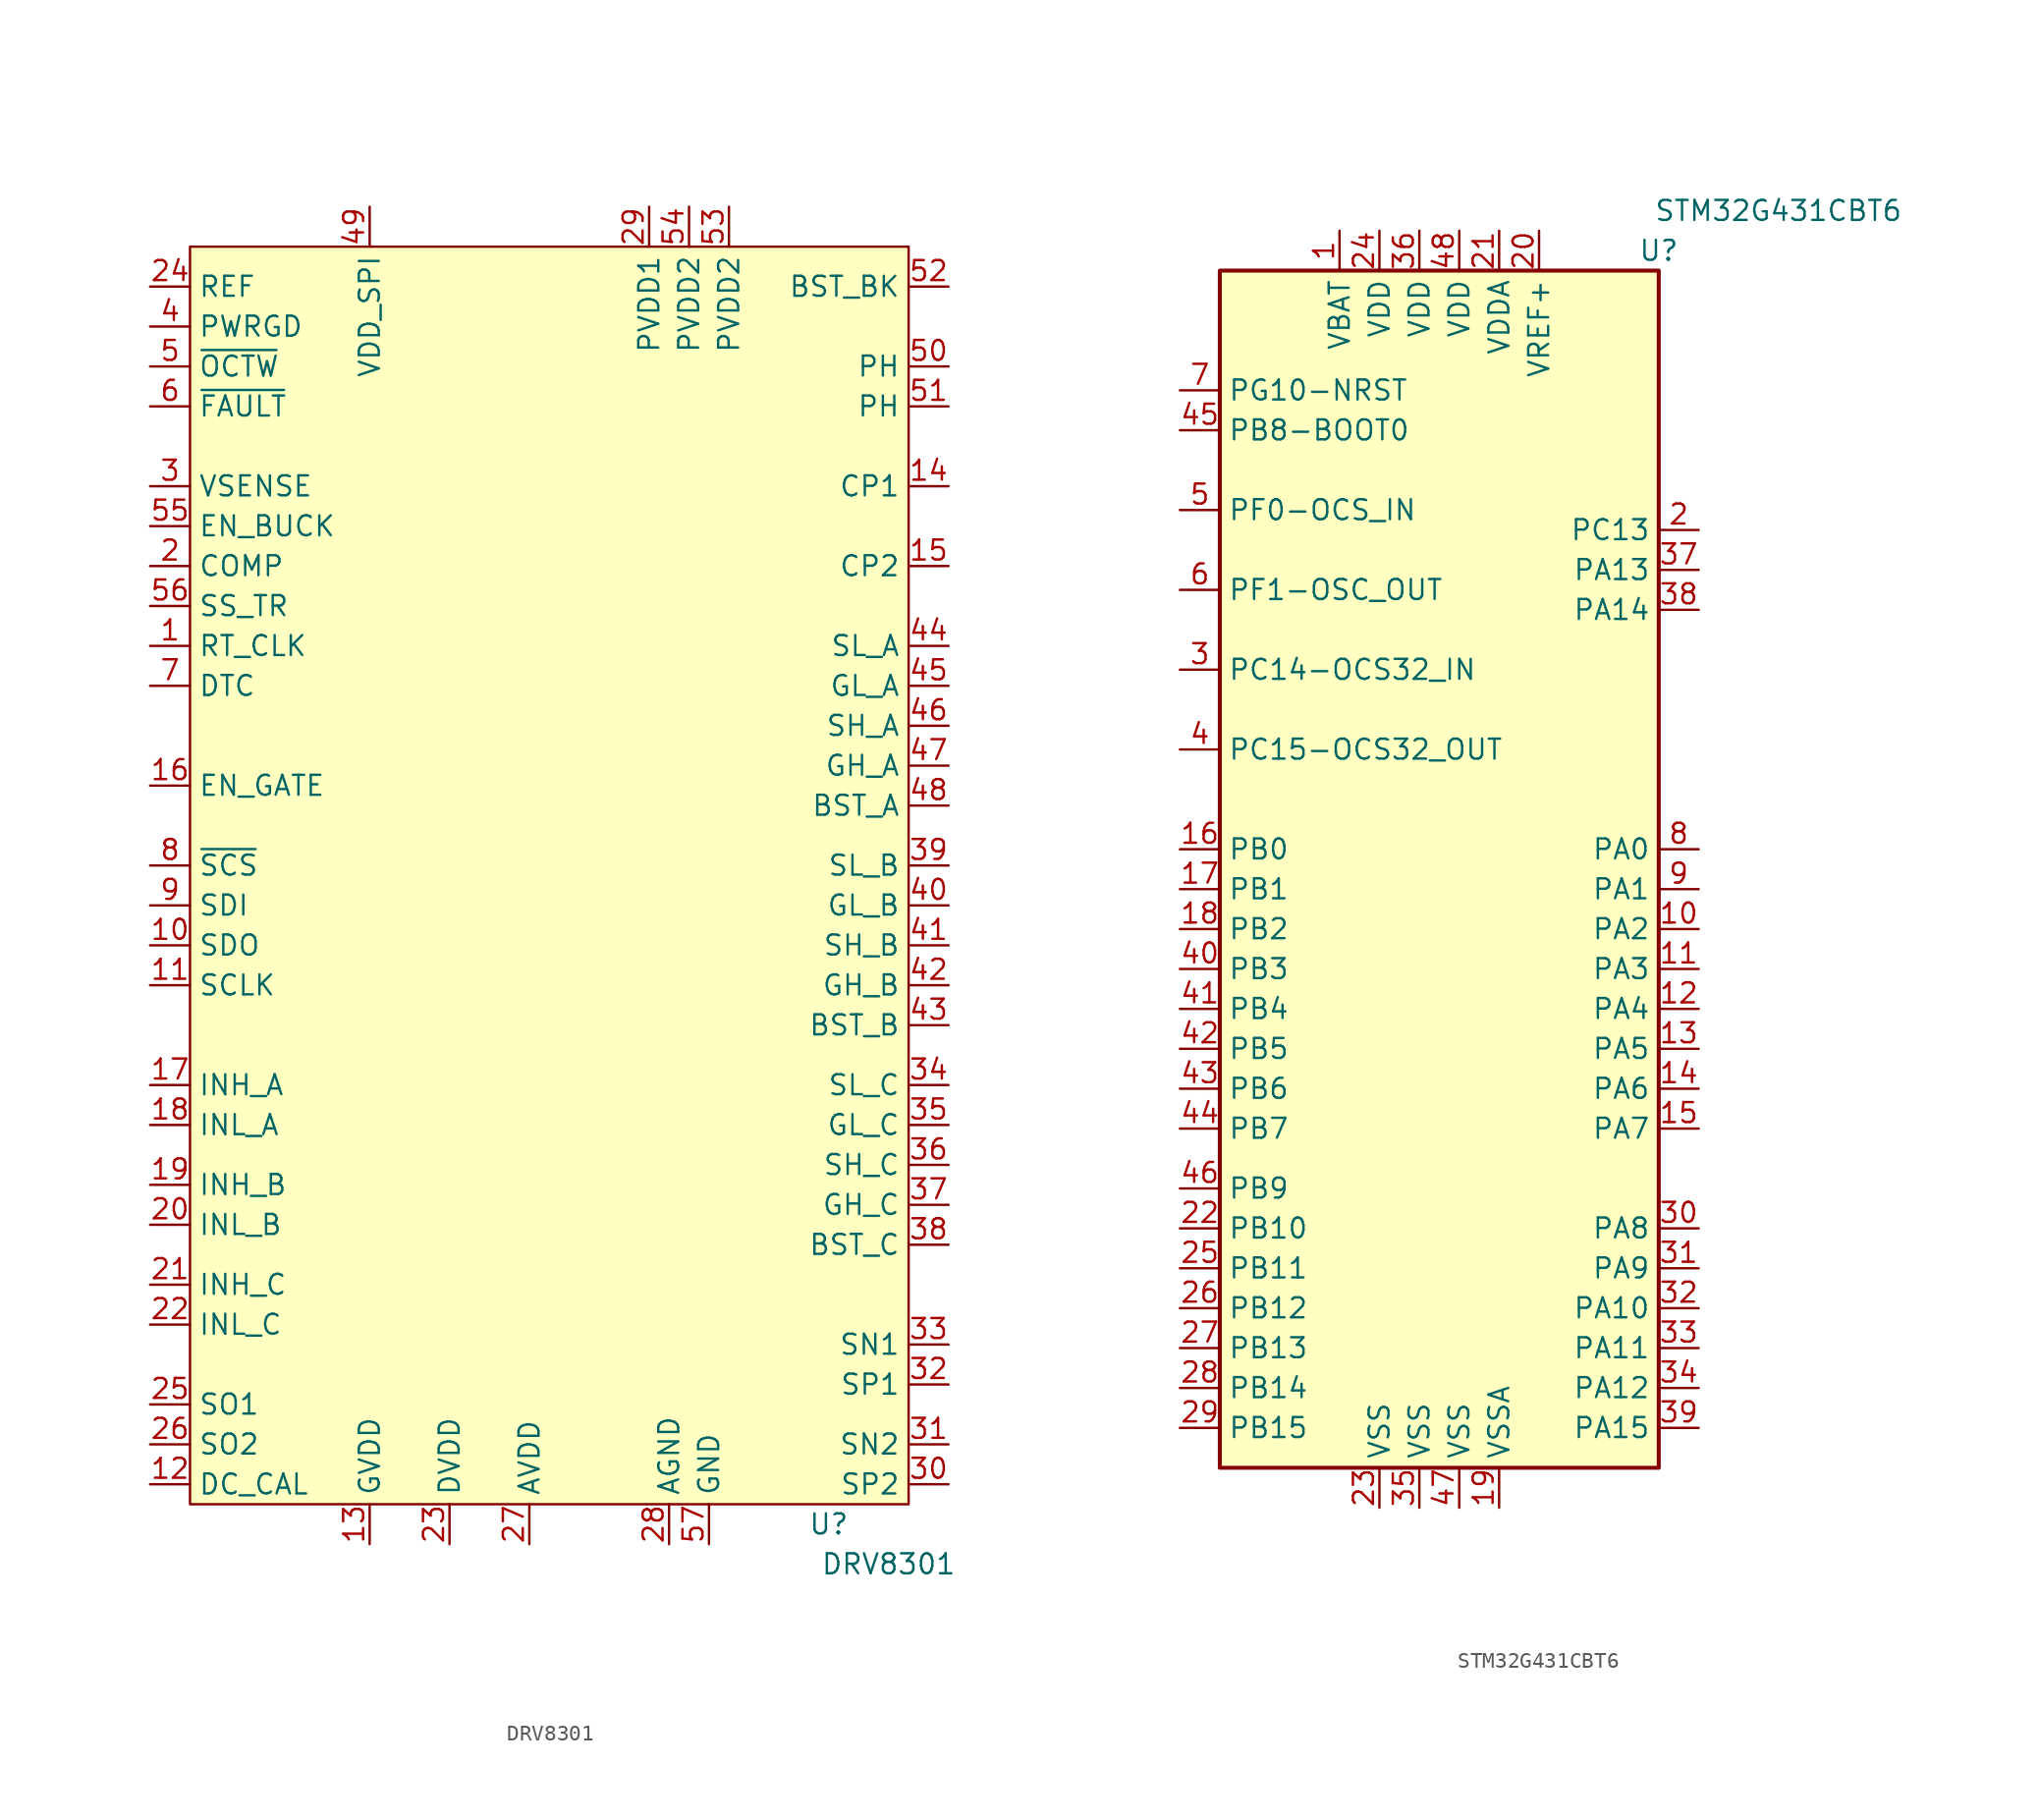
<source format=kicad_sym>
(kicad_symbol_lib
  (version 20220914)
  (generator kicad_symbol_editor)
  (symbol "DRV8301"
    (property "Reference" "U"
      (at 16.51 -39.37 0)
      (effects (font (size 1.27 1.27))))
    (property "Value" "DRV8301"
      (at 20.32 -41.91 0)
      (effects (font (size 1.27 1.27))))
    (symbol "DRV8301_0_0"
      (pin input line (at -26.67 16.51 0) (length 2.54) (name "RT_CLK" (effects (font (size 1.27 1.27)))) (number "1" (effects (font (size 1.27 1.27)))))
      (pin output line (at -26.67 -2.54 0) (length 2.54) (name "SDO" (effects (font (size 1.27 1.27)))) (number "10" (effects (font (size 1.27 1.27)))))
      (pin input line (at -26.67 -5.08 0) (length 2.54) (name "SCLK" (effects (font (size 1.27 1.27)))) (number "11" (effects (font (size 1.27 1.27)))))
      (pin input line (at -26.67 -36.83 0) (length 2.54) (name "DC_CAL" (effects (font (size 1.27 1.27)))) (number "12" (effects (font (size 1.27 1.27)))))
      (pin power_in line (at -12.7 -40.64 90) (length 2.54) (name "GVDD" (effects (font (size 1.27 1.27)))) (number "13" (effects (font (size 1.27 1.27)))))
      (pin power_in line (at 24.13 26.67 180) (length 2.54) (name "CP1" (effects (font (size 1.27 1.27)))) (number "14" (effects (font (size 1.27 1.27)))))
      (pin power_in line (at 24.13 21.59 180) (length 2.54) (name "CP2" (effects (font (size 1.27 1.27)))) (number "15" (effects (font (size 1.27 1.27)))))
      (pin input line (at -26.67 7.62 0) (length 2.54) (name "EN_GATE" (effects (font (size 1.27 1.27)))) (number "16" (effects (font (size 1.27 1.27)))))
      (pin input line (at -26.67 -11.43 0) (length 2.54) (name "INH_A" (effects (font (size 1.27 1.27)))) (number "17" (effects (font (size 1.27 1.27)))))
      (pin input line (at -26.67 -13.97 0) (length 2.54) (name "INL_A" (effects (font (size 1.27 1.27)))) (number "18" (effects (font (size 1.27 1.27)))))
      (pin input line (at -26.67 -17.78 0) (length 2.54) (name "INH_B" (effects (font (size 1.27 1.27)))) (number "19" (effects (font (size 1.27 1.27)))))
      (pin output line (at -26.67 21.59 0) (length 2.54) (name "COMP" (effects (font (size 1.27 1.27)))) (number "2" (effects (font (size 1.27 1.27)))))
      (pin input line (at -26.67 -20.32 0) (length 2.54) (name "INL_B" (effects (font (size 1.27 1.27)))) (number "20" (effects (font (size 1.27 1.27)))))
      (pin input line (at -26.67 -24.13 0) (length 2.54) (name "INH_C" (effects (font (size 1.27 1.27)))) (number "21" (effects (font (size 1.27 1.27)))))
      (pin input line (at -26.67 -26.67 0) (length 2.54) (name "INL_C" (effects (font (size 1.27 1.27)))) (number "22" (effects (font (size 1.27 1.27)))))
      (pin power_in line (at -7.62 -40.64 90) (length 2.54) (name "DVDD" (effects (font (size 1.27 1.27)))) (number "23" (effects (font (size 1.27 1.27)))))
      (pin input line (at -26.67 39.37 0) (length 2.54) (name "REF" (effects (font (size 1.27 1.27)))) (number "24" (effects (font (size 1.27 1.27)))))
      (pin output line (at -26.67 -31.75 0) (length 2.54) (name "SO1" (effects (font (size 1.27 1.27)))) (number "25" (effects (font (size 1.27 1.27)))))
      (pin output line (at -26.67 -34.29 0) (length 2.54) (name "SO2" (effects (font (size 1.27 1.27)))) (number "26" (effects (font (size 1.27 1.27)))))
      (pin power_in line (at -2.54 -40.64 90) (length 2.54) (name "AVDD" (effects (font (size 1.27 1.27)))) (number "27" (effects (font (size 1.27 1.27)))))
      (pin power_in line (at 6.35 -40.64 90) (length 2.54) (name "AGND" (effects (font (size 1.27 1.27)))) (number "28" (effects (font (size 1.27 1.27)))))
      (pin power_in line (at 5.08 44.45 270) (length 2.54) (name "PVDD1" (effects (font (size 1.27 1.27)))) (number "29" (effects (font (size 1.27 1.27)))))
      (pin input line (at -26.67 26.67 0) (length 2.54) (name "VSENSE" (effects (font (size 1.27 1.27)))) (number "3" (effects (font (size 1.27 1.27)))))
      (pin input line (at 24.13 -36.83 180) (length 2.54) (name "SP2" (effects (font (size 1.27 1.27)))) (number "30" (effects (font (size 1.27 1.27)))))
      (pin input line (at 24.13 -34.29 180) (length 2.54) (name "SN2" (effects (font (size 1.27 1.27)))) (number "31" (effects (font (size 1.27 1.27)))))
      (pin input line (at 24.13 -30.48 180) (length 2.54) (name "SP1" (effects (font (size 1.27 1.27)))) (number "32" (effects (font (size 1.27 1.27)))))
      (pin input line (at 24.13 -27.94 180) (length 2.54) (name "SN1" (effects (font (size 1.27 1.27)))) (number "33" (effects (font (size 1.27 1.27)))))
      (pin input line (at 24.13 -11.43 180) (length 2.54) (name "SL_C" (effects (font (size 1.27 1.27)))) (number "34" (effects (font (size 1.27 1.27)))))
      (pin output line (at 24.13 -13.97 180) (length 2.54) (name "GL_C" (effects (font (size 1.27 1.27)))) (number "35" (effects (font (size 1.27 1.27)))))
      (pin input line (at 24.13 -16.51 180) (length 2.54) (name "SH_C" (effects (font (size 1.27 1.27)))) (number "36" (effects (font (size 1.27 1.27)))))
      (pin output line (at 24.13 -19.05 180) (length 2.54) (name "GH_C" (effects (font (size 1.27 1.27)))) (number "37" (effects (font (size 1.27 1.27)))))
      (pin power_in line (at 24.13 -21.59 180) (length 2.54) (name "BST_C" (effects (font (size 1.27 1.27)))) (number "38" (effects (font (size 1.27 1.27)))))
      (pin input line (at 24.13 2.54 180) (length 2.54) (name "SL_B" (effects (font (size 1.27 1.27)))) (number "39" (effects (font (size 1.27 1.27)))))
      (pin output line (at -26.67 36.83 0) (length 2.54) (name "PWRGD" (effects (font (size 1.27 1.27)))) (number "4" (effects (font (size 1.27 1.27)))))
      (pin output line (at 24.13 0 180) (length 2.54) (name "GL_B" (effects (font (size 1.27 1.27)))) (number "40" (effects (font (size 1.27 1.27)))))
      (pin input line (at 24.13 -2.54 180) (length 2.54) (name "SH_B" (effects (font (size 1.27 1.27)))) (number "41" (effects (font (size 1.27 1.27)))))
      (pin output line (at 24.13 -5.08 180) (length 2.54) (name "GH_B" (effects (font (size 1.27 1.27)))) (number "42" (effects (font (size 1.27 1.27)))))
      (pin power_in line (at 24.13 -7.62 180) (length 2.54) (name "BST_B" (effects (font (size 1.27 1.27)))) (number "43" (effects (font (size 1.27 1.27)))))
      (pin input line (at 24.13 16.51 180) (length 2.54) (name "SL_A" (effects (font (size 1.27 1.27)))) (number "44" (effects (font (size 1.27 1.27)))))
      (pin output line (at 24.13 13.97 180) (length 2.54) (name "GL_A" (effects (font (size 1.27 1.27)))) (number "45" (effects (font (size 1.27 1.27)))))
      (pin input line (at 24.13 11.43 180) (length 2.54) (name "SH_A" (effects (font (size 1.27 1.27)))) (number "46" (effects (font (size 1.27 1.27)))))
      (pin output line (at 24.13 8.89 180) (length 2.54) (name "GH_A" (effects (font (size 1.27 1.27)))) (number "47" (effects (font (size 1.27 1.27)))))
      (pin power_in line (at 24.13 6.35 180) (length 2.54) (name "BST_A" (effects (font (size 1.27 1.27)))) (number "48" (effects (font (size 1.27 1.27)))))
      (pin power_in line (at -12.7 44.45 270) (length 2.54) (name "VDD_SPI" (effects (font (size 1.27 1.27)))) (number "49" (effects (font (size 1.27 1.27)))))
      (pin output line (at -26.67 34.29 0) (length 2.54) (name "~{OCTW}" (effects (font (size 1.27 1.27)))) (number "5" (effects (font (size 1.27 1.27)))))
      (pin output line (at 24.13 34.29 180) (length 2.54) (name "PH" (effects (font (size 1.27 1.27)))) (number "50" (effects (font (size 1.27 1.27)))))
      (pin output line (at 24.13 31.75 180) (length 2.54) (name "PH" (effects (font (size 1.27 1.27)))) (number "51" (effects (font (size 1.27 1.27)))))
      (pin power_in line (at 24.13 39.37 180) (length 2.54) (name "BST_BK" (effects (font (size 1.27 1.27)))) (number "52" (effects (font (size 1.27 1.27)))))
      (pin power_in line (at 10.16 44.45 270) (length 2.54) (name "PVDD2" (effects (font (size 1.27 1.27)))) (number "53" (effects (font (size 1.27 1.27)))))
      (pin power_in line (at 7.62 44.45 270) (length 2.54) (name "PVDD2" (effects (font (size 1.27 1.27)))) (number "54" (effects (font (size 1.27 1.27)))))
      (pin input line (at -26.67 24.13 0) (length 2.54) (name "EN_BUCK" (effects (font (size 1.27 1.27)))) (number "55" (effects (font (size 1.27 1.27)))))
      (pin input line (at -26.67 19.05 0) (length 2.54) (name "SS_TR" (effects (font (size 1.27 1.27)))) (number "56" (effects (font (size 1.27 1.27)))))
      (pin power_in line (at 8.89 -40.64 90) (length 2.54) (name "GND" (effects (font (size 1.27 1.27)))) (number "57" (effects (font (size 1.27 1.27)))))
      (pin output line (at -26.67 31.75 0) (length 2.54) (name "~{FAULT}" (effects (font (size 1.27 1.27)))) (number "6" (effects (font (size 1.27 1.27)))))
      (pin input line (at -26.67 13.97 0) (length 2.54) (name "DTC" (effects (font (size 1.27 1.27)))) (number "7" (effects (font (size 1.27 1.27)))))
      (pin input line (at -26.67 2.54 0) (length 2.54) (name "~{SCS}" (effects (font (size 1.27 1.27)))) (number "8" (effects (font (size 1.27 1.27)))))
      (pin input line (at -26.67 0 0) (length 2.54) (name "SDI" (effects (font (size 1.27 1.27)))) (number "9" (effects (font (size 1.27 1.27))))))
    (symbol "DRV8301_0_1"
      (rectangle (start -24.13 41.91) (end 21.59 -38.1) (stroke (width 0) (type default)) (fill (type background)))))
  (symbol "STM32G431CBT6"
    (property "Reference" "U"
      (at 13.97 43.18 0)
      (effects (font (size 1.27 1.27))))
    (property "Value" "STM32G431CBT6"
      (at 21.59 45.72 0)
      (effects (font (size 1.27 1.27))))
    (symbol "STM32G431CBT6_0_1"
      (rectangle (start -13.97 -34.29) (end 13.97 41.91) (stroke (width 0.254) (type default)) (fill (type background))))
    (symbol "STM32G431CBT6_1_1"
      (pin power_in line (at -6.35 44.45 270) (length 2.54) (name "VBAT" (effects (font (size 1.27 1.27)))) (number "1" (effects (font (size 1.27 1.27)))))
      (pin bidirectional line (at 16.51 0 180) (length 2.54) (name "PA2" (effects (font (size 1.27 1.27)))) (number "10" (effects (font (size 1.27 1.27)))))
      (pin bidirectional line (at 16.51 -2.54 180) (length 2.54) (name "PA3" (effects (font (size 1.27 1.27)))) (number "11" (effects (font (size 1.27 1.27)))))
      (pin bidirectional line (at 16.51 -5.08 180) (length 2.54) (name "PA4" (effects (font (size 1.27 1.27)))) (number "12" (effects (font (size 1.27 1.27)))))
      (pin bidirectional line (at 16.51 -7.62 180) (length 2.54) (name "PA5" (effects (font (size 1.27 1.27)))) (number "13" (effects (font (size 1.27 1.27)))))
      (pin bidirectional line (at 16.51 -10.16 180) (length 2.54) (name "PA6" (effects (font (size 1.27 1.27)))) (number "14" (effects (font (size 1.27 1.27)))))
      (pin bidirectional line (at 16.51 -12.7 180) (length 2.54) (name "PA7" (effects (font (size 1.27 1.27)))) (number "15" (effects (font (size 1.27 1.27)))))
      (pin bidirectional line (at -16.51 5.08 0) (length 2.54) (name "PB0" (effects (font (size 1.27 1.27)))) (number "16" (effects (font (size 1.27 1.27)))))
      (pin bidirectional line (at -16.51 2.54 0) (length 2.54) (name "PB1" (effects (font (size 1.27 1.27)))) (number "17" (effects (font (size 1.27 1.27)))))
      (pin bidirectional line (at -16.51 0 0) (length 2.54) (name "PB2" (effects (font (size 1.27 1.27)))) (number "18" (effects (font (size 1.27 1.27)))))
      (pin power_in line (at 3.81 -36.83 90) (length 2.54) (name "VSSA" (effects (font (size 1.27 1.27)))) (number "19" (effects (font (size 1.27 1.27)))))
      (pin bidirectional line (at 16.51 25.4 180) (length 2.54) (name "PC13" (effects (font (size 1.27 1.27)))) (number "2" (effects (font (size 1.27 1.27)))))
      (pin power_in line (at 6.35 44.45 270) (length 2.54) (name "VREF+" (effects (font (size 1.27 1.27)))) (number "20" (effects (font (size 1.27 1.27)))))
      (pin power_in line (at 3.81 44.45 270) (length 2.54) (name "VDDA" (effects (font (size 1.27 1.27)))) (number "21" (effects (font (size 1.27 1.27)))))
      (pin bidirectional line (at -16.51 -19.05 0) (length 2.54) (name "PB10" (effects (font (size 1.27 1.27)))) (number "22" (effects (font (size 1.27 1.27)))))
      (pin power_in line (at -3.81 -36.83 90) (length 2.54) (name "VSS" (effects (font (size 1.27 1.27)))) (number "23" (effects (font (size 1.27 1.27)))))
      (pin power_in line (at -3.81 44.45 270) (length 2.54) (name "VDD" (effects (font (size 1.27 1.27)))) (number "24" (effects (font (size 1.27 1.27)))))
      (pin bidirectional line (at -16.51 -21.59 0) (length 2.54) (name "PB11" (effects (font (size 1.27 1.27)))) (number "25" (effects (font (size 1.27 1.27)))))
      (pin bidirectional line (at -16.51 -24.13 0) (length 2.54) (name "PB12" (effects (font (size 1.27 1.27)))) (number "26" (effects (font (size 1.27 1.27)))))
      (pin bidirectional line (at -16.51 -26.67 0) (length 2.54) (name "PB13" (effects (font (size 1.27 1.27)))) (number "27" (effects (font (size 1.27 1.27)))))
      (pin bidirectional line (at -16.51 -29.21 0) (length 2.54) (name "PB14" (effects (font (size 1.27 1.27)))) (number "28" (effects (font (size 1.27 1.27)))))
      (pin bidirectional line (at -16.51 -31.75 0) (length 2.54) (name "PB15" (effects (font (size 1.27 1.27)))) (number "29" (effects (font (size 1.27 1.27)))))
      (pin bidirectional line (at -16.51 16.51 0) (length 2.54) (name "PC14-OCS32_IN" (effects (font (size 1.27 1.27)))) (number "3" (effects (font (size 1.27 1.27)))))
      (pin bidirectional line (at 16.51 -19.05 180) (length 2.54) (name "PA8" (effects (font (size 1.27 1.27)))) (number "30" (effects (font (size 1.27 1.27)))))
      (pin bidirectional line (at 16.51 -21.59 180) (length 2.54) (name "PA9" (effects (font (size 1.27 1.27)))) (number "31" (effects (font (size 1.27 1.27)))))
      (pin bidirectional line (at 16.51 -24.13 180) (length 2.54) (name "PA10" (effects (font (size 1.27 1.27)))) (number "32" (effects (font (size 1.27 1.27)))))
      (pin bidirectional line (at 16.51 -26.67 180) (length 2.54) (name "PA11" (effects (font (size 1.27 1.27)))) (number "33" (effects (font (size 1.27 1.27)))))
      (pin bidirectional line (at 16.51 -29.21 180) (length 2.54) (name "PA12" (effects (font (size 1.27 1.27)))) (number "34" (effects (font (size 1.27 1.27)))))
      (pin power_in line (at -1.27 -36.83 90) (length 2.54) (name "VSS" (effects (font (size 1.27 1.27)))) (number "35" (effects (font (size 1.27 1.27)))))
      (pin power_in line (at -1.27 44.45 270) (length 2.54) (name "VDD" (effects (font (size 1.27 1.27)))) (number "36" (effects (font (size 1.27 1.27)))))
      (pin bidirectional line (at 16.51 22.86 180) (length 2.54) (name "PA13" (effects (font (size 1.27 1.27)))) (number "37" (effects (font (size 1.27 1.27)))))
      (pin bidirectional line (at 16.51 20.32 180) (length 2.54) (name "PA14" (effects (font (size 1.27 1.27)))) (number "38" (effects (font (size 1.27 1.27)))))
      (pin bidirectional line (at 16.51 -31.75 180) (length 2.54) (name "PA15" (effects (font (size 1.27 1.27)))) (number "39" (effects (font (size 1.27 1.27)))))
      (pin bidirectional line (at -16.51 11.43 0) (length 2.54) (name "PC15-OCS32_OUT" (effects (font (size 1.27 1.27)))) (number "4" (effects (font (size 1.27 1.27)))))
      (pin bidirectional line (at -16.51 -2.54 0) (length 2.54) (name "PB3" (effects (font (size 1.27 1.27)))) (number "40" (effects (font (size 1.27 1.27)))))
      (pin bidirectional line (at -16.51 -5.08 0) (length 2.54) (name "PB4" (effects (font (size 1.27 1.27)))) (number "41" (effects (font (size 1.27 1.27)))))
      (pin bidirectional line (at -16.51 -7.62 0) (length 2.54) (name "PB5" (effects (font (size 1.27 1.27)))) (number "42" (effects (font (size 1.27 1.27)))))
      (pin bidirectional line (at -16.51 -10.16 0) (length 2.54) (name "PB6" (effects (font (size 1.27 1.27)))) (number "43" (effects (font (size 1.27 1.27)))))
      (pin bidirectional line (at -16.51 -12.7 0) (length 2.54) (name "PB7" (effects (font (size 1.27 1.27)))) (number "44" (effects (font (size 1.27 1.27)))))
      (pin bidirectional line (at -16.51 31.75 0) (length 2.54) (name "PB8-BOOT0" (effects (font (size 1.27 1.27)))) (number "45" (effects (font (size 1.27 1.27)))))
      (pin bidirectional line (at -16.51 -16.51 0) (length 2.54) (name "PB9" (effects (font (size 1.27 1.27)))) (number "46" (effects (font (size 1.27 1.27)))))
      (pin power_in line (at 1.27 -36.83 90) (length 2.54) (name "VSS" (effects (font (size 1.27 1.27)))) (number "47" (effects (font (size 1.27 1.27)))))
      (pin power_in line (at 1.27 44.45 270) (length 2.54) (name "VDD" (effects (font (size 1.27 1.27)))) (number "48" (effects (font (size 1.27 1.27)))))
      (pin bidirectional line (at -16.51 26.67 0) (length 2.54) (name "PF0-OCS_IN" (effects (font (size 1.27 1.27)))) (number "5" (effects (font (size 1.27 1.27)))))
      (pin bidirectional line (at -16.51 21.59 0) (length 2.54) (name "PF1-OSC_OUT" (effects (font (size 1.27 1.27)))) (number "6" (effects (font (size 1.27 1.27)))))
      (pin bidirectional line (at -16.51 34.29 0) (length 2.54) (name "PG10-NRST" (effects (font (size 1.27 1.27)))) (number "7" (effects (font (size 1.27 1.27)))))
      (pin bidirectional line (at 16.51 5.08 180) (length 2.54) (name "PA0" (effects (font (size 1.27 1.27)))) (number "8" (effects (font (size 1.27 1.27)))))
      (pin bidirectional line (at 16.51 2.54 180) (length 2.54) (name "PA1" (effects (font (size 1.27 1.27)))) (number "9" (effects (font (size 1.27 1.27))))))))
</source>
